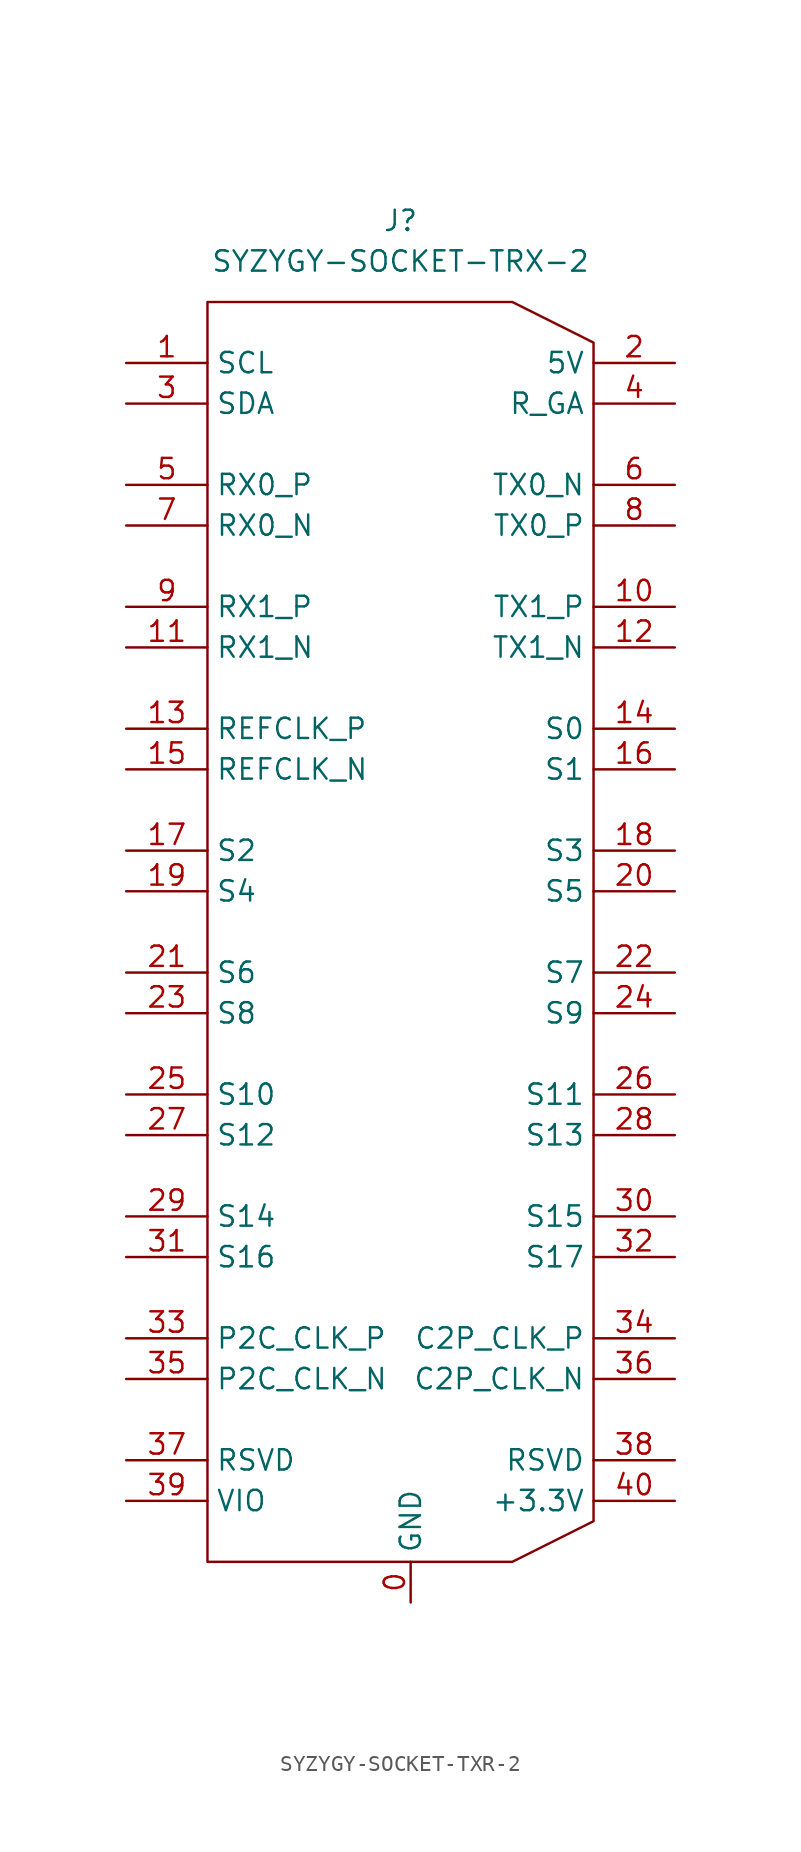
<source format=kicad_sym>
(kicad_symbol_lib
  (version 20231120)
  (generator "kicad_symbol_editor")
  (generator_version "8.0")
  (symbol "SYZYGY-SOCKET-TXR-2"
    (property "Reference" "J"
      (at 15.875 8.89 0)
      (effects (font (size 1.27 1.27))))
    (property "Value" "SYZYGY-SOCKET-TRX-2"
      (at 15.875 6.35 0)
      (effects (font (size 1.27 1.27))))
    (symbol "SYZYGY-SOCKET-TXR-2_0_1"
      (polyline (pts (xy 3.81 3.81) (xy 3.81 -74.93) (xy 22.86 -74.93) (xy 27.94 -72.39) (xy 27.94 1.27) (xy 22.86 3.81) (xy 3.81 3.81)) (stroke (width 0) (type default)) (fill (type none))))
    (symbol "SYZYGY-SOCKET-TXR-2_1_0"
      (pin power_in line (at 16.51 -77.47 90) (length 2.54) (name "GND" (effects (font (size 1.27 1.27)))) (number "0" (effects (font (size 1.27 1.27))))))
    (symbol "SYZYGY-SOCKET-TXR-2_1_1"
      (pin passive line (at -1.27 0 0) (length 5.08) (name "SCL" (effects (font (size 1.27 1.27)))) (number "1" (effects (font (size 1.27 1.27)))))
      (pin passive line (at 33.02 -15.24 180) (length 5.08) (name "TX1_P" (effects (font (size 1.27 1.27)))) (number "10" (effects (font (size 1.27 1.27)))))
      (pin passive line (at -1.27 -17.78 0) (length 5.08) (name "RX1_N" (effects (font (size 1.27 1.27)))) (number "11" (effects (font (size 1.27 1.27)))))
      (pin passive line (at 33.02 -17.78 180) (length 5.08) (name "TX1_N" (effects (font (size 1.27 1.27)))) (number "12" (effects (font (size 1.27 1.27)))))
      (pin passive line (at -1.27 -22.86 0) (length 5.08) (name "REFCLK_P" (effects (font (size 1.27 1.27)))) (number "13" (effects (font (size 1.27 1.27)))))
      (pin passive line (at 33.02 -22.86 180) (length 5.08) (name "S0" (effects (font (size 1.27 1.27)))) (number "14" (effects (font (size 1.27 1.27)))))
      (pin passive line (at -1.27 -25.4 0) (length 5.08) (name "REFCLK_N" (effects (font (size 1.27 1.27)))) (number "15" (effects (font (size 1.27 1.27)))))
      (pin passive line (at 33.02 -25.4 180) (length 5.08) (name "S1" (effects (font (size 1.27 1.27)))) (number "16" (effects (font (size 1.27 1.27)))))
      (pin passive line (at -1.27 -30.48 0) (length 5.08) (name "S2" (effects (font (size 1.27 1.27)))) (number "17" (effects (font (size 1.27 1.27)))))
      (pin passive line (at 33.02 -30.48 180) (length 5.08) (name "S3" (effects (font (size 1.27 1.27)))) (number "18" (effects (font (size 1.27 1.27)))))
      (pin passive line (at -1.27 -33.02 0) (length 5.08) (name "S4" (effects (font (size 1.27 1.27)))) (number "19" (effects (font (size 1.27 1.27)))))
      (pin power_in line (at 33.02 0 180) (length 5.08) (name "5V" (effects (font (size 1.27 1.27)))) (number "2" (effects (font (size 1.27 1.27)))))
      (pin passive line (at 33.02 -33.02 180) (length 5.08) (name "S5" (effects (font (size 1.27 1.27)))) (number "20" (effects (font (size 1.27 1.27)))))
      (pin passive line (at -1.27 -38.1 0) (length 5.08) (name "S6" (effects (font (size 1.27 1.27)))) (number "21" (effects (font (size 1.27 1.27)))))
      (pin passive line (at 33.02 -38.1 180) (length 5.08) (name "S7" (effects (font (size 1.27 1.27)))) (number "22" (effects (font (size 1.27 1.27)))))
      (pin passive line (at -1.27 -40.64 0) (length 5.08) (name "S8" (effects (font (size 1.27 1.27)))) (number "23" (effects (font (size 1.27 1.27)))))
      (pin passive line (at 33.02 -40.64 180) (length 5.08) (name "S9" (effects (font (size 1.27 1.27)))) (number "24" (effects (font (size 1.27 1.27)))))
      (pin passive line (at -1.27 -45.72 0) (length 5.08) (name "S10" (effects (font (size 1.27 1.27)))) (number "25" (effects (font (size 1.27 1.27)))))
      (pin passive line (at 33.02 -45.72 180) (length 5.08) (name "S11" (effects (font (size 1.27 1.27)))) (number "26" (effects (font (size 1.27 1.27)))))
      (pin passive line (at -1.27 -48.26 0) (length 5.08) (name "S12" (effects (font (size 1.27 1.27)))) (number "27" (effects (font (size 1.27 1.27)))))
      (pin passive line (at 33.02 -48.26 180) (length 5.08) (name "S13" (effects (font (size 1.27 1.27)))) (number "28" (effects (font (size 1.27 1.27)))))
      (pin passive line (at -1.27 -53.34 0) (length 5.08) (name "S14" (effects (font (size 1.27 1.27)))) (number "29" (effects (font (size 1.27 1.27)))))
      (pin passive line (at -1.27 -2.54 0) (length 5.08) (name "SDA" (effects (font (size 1.27 1.27)))) (number "3" (effects (font (size 1.27 1.27)))))
      (pin passive line (at 33.02 -53.34 180) (length 5.08) (name "S15" (effects (font (size 1.27 1.27)))) (number "30" (effects (font (size 1.27 1.27)))))
      (pin passive line (at -1.27 -55.88 0) (length 5.08) (name "S16" (effects (font (size 1.27 1.27)))) (number "31" (effects (font (size 1.27 1.27)))))
      (pin passive line (at 33.02 -55.88 180) (length 5.08) (name "S17" (effects (font (size 1.27 1.27)))) (number "32" (effects (font (size 1.27 1.27)))))
      (pin passive line (at -1.27 -60.96 0) (length 5.08) (name "P2C_CLK_P" (effects (font (size 1.27 1.27)))) (number "33" (effects (font (size 1.27 1.27)))))
      (pin passive line (at 33.02 -60.96 180) (length 5.08) (name "C2P_CLK_P" (effects (font (size 1.27 1.27)))) (number "34" (effects (font (size 1.27 1.27)))))
      (pin passive line (at -1.27 -63.5 0) (length 5.08) (name "P2C_CLK_N" (effects (font (size 1.27 1.27)))) (number "35" (effects (font (size 1.27 1.27)))))
      (pin passive line (at 33.02 -63.5 180) (length 5.08) (name "C2P_CLK_N" (effects (font (size 1.27 1.27)))) (number "36" (effects (font (size 1.27 1.27)))))
      (pin passive line (at -1.27 -68.58 0) (length 5.08) (name "RSVD" (effects (font (size 1.27 1.27)))) (number "37" (effects (font (size 1.27 1.27)))))
      (pin passive line (at 33.02 -68.58 180) (length 5.08) (name "RSVD" (effects (font (size 1.27 1.27)))) (number "38" (effects (font (size 1.27 1.27)))))
      (pin power_in line (at -1.27 -71.12 0) (length 5.08) (name "VIO" (effects (font (size 1.27 1.27)))) (number "39" (effects (font (size 1.27 1.27)))))
      (pin passive line (at 33.02 -2.54 180) (length 5.08) (name "R_GA" (effects (font (size 1.27 1.27)))) (number "4" (effects (font (size 1.27 1.27)))))
      (pin power_in line (at 33.02 -71.12 180) (length 5.08) (name "+3.3V" (effects (font (size 1.27 1.27)))) (number "40" (effects (font (size 1.27 1.27)))))
      (pin passive line (at -1.27 -7.62 0) (length 5.08) (name "RX0_P" (effects (font (size 1.27 1.27)))) (number "5" (effects (font (size 1.27 1.27)))))
      (pin passive line (at 33.02 -7.62 180) (length 5.08) (name "TX0_N" (effects (font (size 1.27 1.27)))) (number "6" (effects (font (size 1.27 1.27)))))
      (pin passive line (at -1.27 -10.16 0) (length 5.08) (name "RX0_N" (effects (font (size 1.27 1.27)))) (number "7" (effects (font (size 1.27 1.27)))))
      (pin passive line (at 33.02 -10.16 180) (length 5.08) (name "TX0_P" (effects (font (size 1.27 1.27)))) (number "8" (effects (font (size 1.27 1.27)))))
      (pin passive line (at -1.27 -15.24 0) (length 5.08) (name "RX1_P" (effects (font (size 1.27 1.27)))) (number "9" (effects (font (size 1.27 1.27))))))))
</source>
